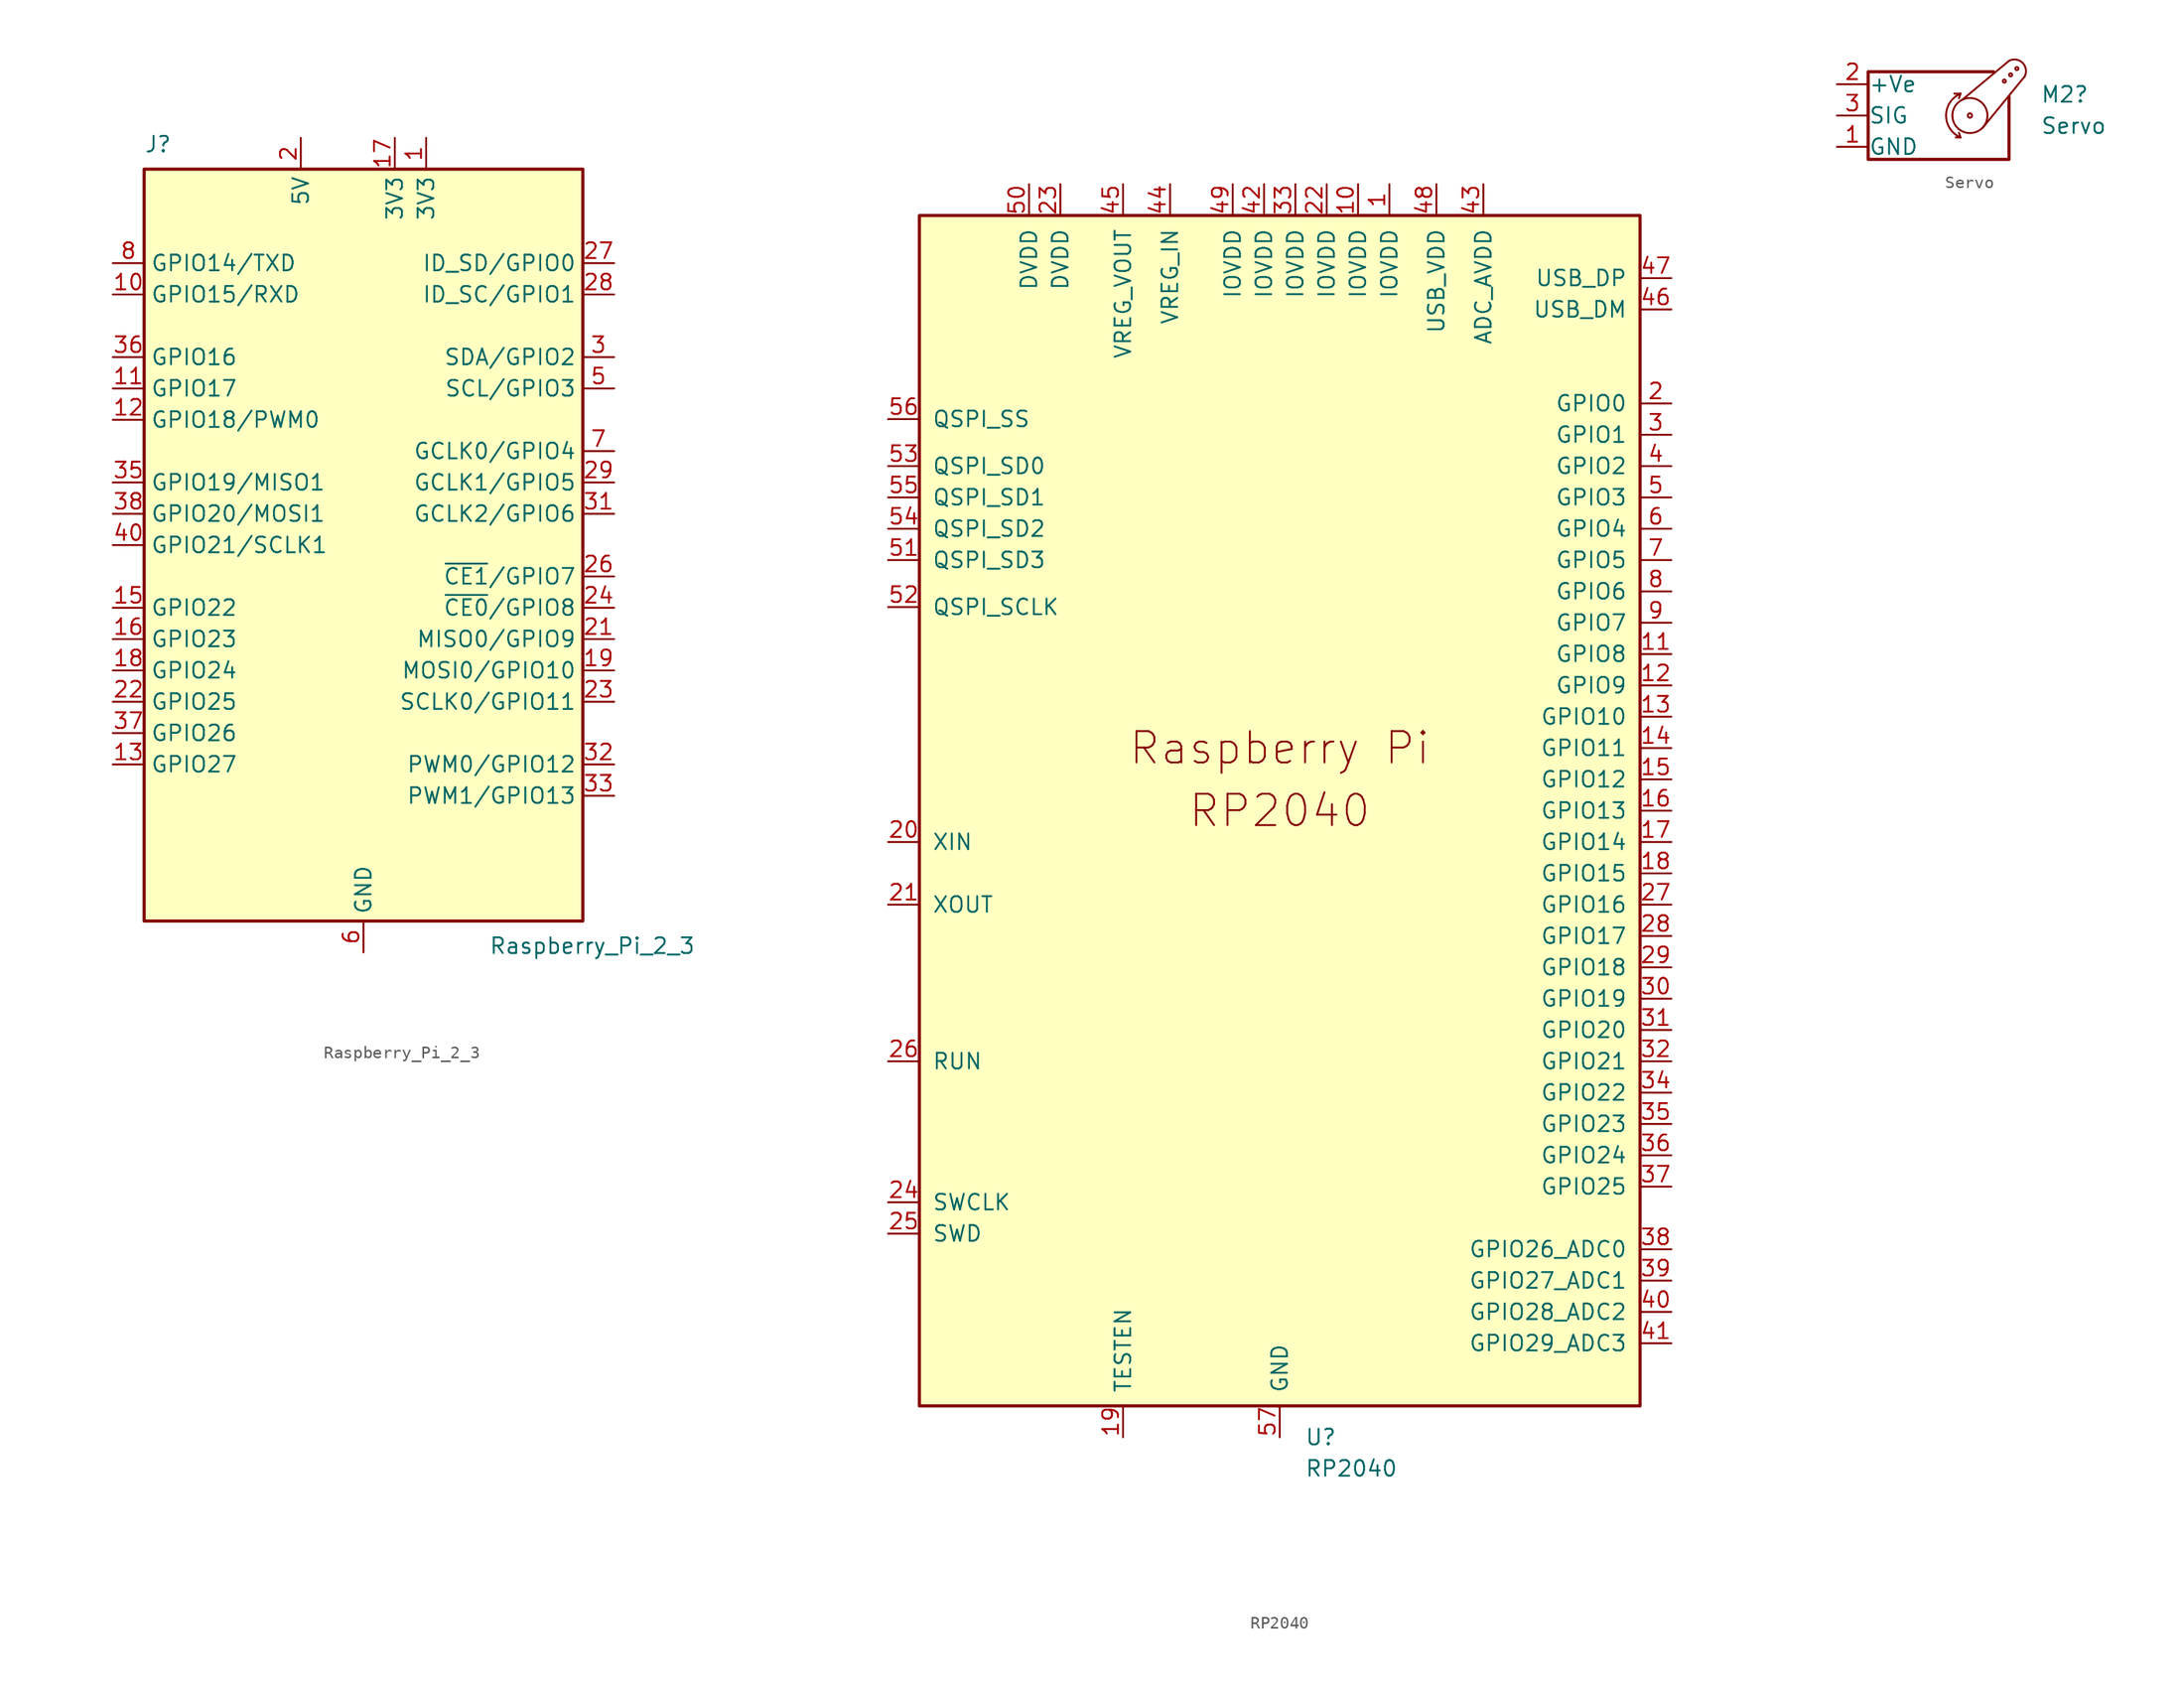
<source format=kicad_sym>
(kicad_symbol_lib
  (version 20231120)
  (generator "kicad_symbol_editor")
  (generator_version "8.0")
  (symbol "Raspberry_Pi_2_3"
    (property "Reference" "J"
      (at -17.78 31.75 0)
      (effects (font (size 1.27 1.27)) (justify left bottom)))
    (property "Value" "Raspberry_Pi_2_3"
      (at 10.16 -31.75 0)
      (effects (font (size 1.27 1.27)) (justify left top)))
    (symbol "Raspberry_Pi_2_3_0_1"
      (rectangle (start -17.78 30.48) (end 17.78 -30.48) (stroke (width 0.254) (type default)) (fill (type background))))
    (symbol "Raspberry_Pi_2_3_1_1"
      (pin power_in line (at 5.08 33.02 270) (length 2.54) (name "3V3" (effects (font (size 1.27 1.27)))) (number "1" (effects (font (size 1.27 1.27)))))
      (pin bidirectional line (at -20.32 20.32 0) (length 2.54) (name "GPIO15/RXD" (effects (font (size 1.27 1.27)))) (number "10" (effects (font (size 1.27 1.27)))))
      (pin bidirectional line (at -20.32 12.7 0) (length 2.54) (name "GPIO17" (effects (font (size 1.27 1.27)))) (number "11" (effects (font (size 1.27 1.27)))))
      (pin bidirectional line (at -20.32 10.16 0) (length 2.54) (name "GPIO18/PWM0" (effects (font (size 1.27 1.27)))) (number "12" (effects (font (size 1.27 1.27)))))
      (pin bidirectional line (at -20.32 -17.78 0) (length 2.54) (name "GPIO27" (effects (font (size 1.27 1.27)))) (number "13" (effects (font (size 1.27 1.27)))))
      (pin passive line (at 0 -33.02 90) (length 2.54) hide (name "GND" (effects (font (size 1.27 1.27)))) (number "14" (effects (font (size 1.27 1.27)))))
      (pin bidirectional line (at -20.32 -5.08 0) (length 2.54) (name "GPIO22" (effects (font (size 1.27 1.27)))) (number "15" (effects (font (size 1.27 1.27)))))
      (pin bidirectional line (at -20.32 -7.62 0) (length 2.54) (name "GPIO23" (effects (font (size 1.27 1.27)))) (number "16" (effects (font (size 1.27 1.27)))))
      (pin passive line (at 2.54 33.02 270) (length 2.54) (name "3V3" (effects (font (size 1.27 1.27)))) (number "17" (effects (font (size 1.27 1.27)))))
      (pin bidirectional line (at -20.32 -10.16 0) (length 2.54) (name "GPIO24" (effects (font (size 1.27 1.27)))) (number "18" (effects (font (size 1.27 1.27)))))
      (pin bidirectional line (at 20.32 -10.16 180) (length 2.54) (name "MOSI0/GPIO10" (effects (font (size 1.27 1.27)))) (number "19" (effects (font (size 1.27 1.27)))))
      (pin power_in line (at -5.08 33.02 270) (length 2.54) (name "5V" (effects (font (size 1.27 1.27)))) (number "2" (effects (font (size 1.27 1.27)))))
      (pin passive line (at 0 -33.02 90) (length 2.54) hide (name "GND" (effects (font (size 1.27 1.27)))) (number "20" (effects (font (size 1.27 1.27)))))
      (pin bidirectional line (at 20.32 -7.62 180) (length 2.54) (name "MISO0/GPIO9" (effects (font (size 1.27 1.27)))) (number "21" (effects (font (size 1.27 1.27)))))
      (pin bidirectional line (at -20.32 -12.7 0) (length 2.54) (name "GPIO25" (effects (font (size 1.27 1.27)))) (number "22" (effects (font (size 1.27 1.27)))))
      (pin bidirectional line (at 20.32 -12.7 180) (length 2.54) (name "SCLK0/GPIO11" (effects (font (size 1.27 1.27)))) (number "23" (effects (font (size 1.27 1.27)))))
      (pin bidirectional line (at 20.32 -5.08 180) (length 2.54) (name "~{CE0}/GPIO8" (effects (font (size 1.27 1.27)))) (number "24" (effects (font (size 1.27 1.27)))))
      (pin passive line (at 0 -33.02 90) (length 2.54) hide (name "GND" (effects (font (size 1.27 1.27)))) (number "25" (effects (font (size 1.27 1.27)))))
      (pin bidirectional line (at 20.32 -2.54 180) (length 2.54) (name "~{CE1}/GPIO7" (effects (font (size 1.27 1.27)))) (number "26" (effects (font (size 1.27 1.27)))))
      (pin bidirectional line (at 20.32 22.86 180) (length 2.54) (name "ID_SD/GPIO0" (effects (font (size 1.27 1.27)))) (number "27" (effects (font (size 1.27 1.27)))))
      (pin bidirectional line (at 20.32 20.32 180) (length 2.54) (name "ID_SC/GPIO1" (effects (font (size 1.27 1.27)))) (number "28" (effects (font (size 1.27 1.27)))))
      (pin bidirectional line (at 20.32 5.08 180) (length 2.54) (name "GCLK1/GPIO5" (effects (font (size 1.27 1.27)))) (number "29" (effects (font (size 1.27 1.27)))))
      (pin bidirectional line (at 20.32 15.24 180) (length 2.54) (name "SDA/GPIO2" (effects (font (size 1.27 1.27)))) (number "3" (effects (font (size 1.27 1.27)))))
      (pin passive line (at 0 -33.02 90) (length 2.54) hide (name "GND" (effects (font (size 1.27 1.27)))) (number "30" (effects (font (size 1.27 1.27)))))
      (pin bidirectional line (at 20.32 2.54 180) (length 2.54) (name "GCLK2/GPIO6" (effects (font (size 1.27 1.27)))) (number "31" (effects (font (size 1.27 1.27)))))
      (pin bidirectional line (at 20.32 -17.78 180) (length 2.54) (name "PWM0/GPIO12" (effects (font (size 1.27 1.27)))) (number "32" (effects (font (size 1.27 1.27)))))
      (pin bidirectional line (at 20.32 -20.32 180) (length 2.54) (name "PWM1/GPIO13" (effects (font (size 1.27 1.27)))) (number "33" (effects (font (size 1.27 1.27)))))
      (pin passive line (at 0 -33.02 90) (length 2.54) hide (name "GND" (effects (font (size 1.27 1.27)))) (number "34" (effects (font (size 1.27 1.27)))))
      (pin bidirectional line (at -20.32 5.08 0) (length 2.54) (name "GPIO19/MISO1" (effects (font (size 1.27 1.27)))) (number "35" (effects (font (size 1.27 1.27)))))
      (pin bidirectional line (at -20.32 15.24 0) (length 2.54) (name "GPIO16" (effects (font (size 1.27 1.27)))) (number "36" (effects (font (size 1.27 1.27)))))
      (pin bidirectional line (at -20.32 -15.24 0) (length 2.54) (name "GPIO26" (effects (font (size 1.27 1.27)))) (number "37" (effects (font (size 1.27 1.27)))))
      (pin bidirectional line (at -20.32 2.54 0) (length 2.54) (name "GPIO20/MOSI1" (effects (font (size 1.27 1.27)))) (number "38" (effects (font (size 1.27 1.27)))))
      (pin passive line (at 0 -33.02 90) (length 2.54) hide (name "GND" (effects (font (size 1.27 1.27)))) (number "39" (effects (font (size 1.27 1.27)))))
      (pin passive line (at -5.08 33.02 270) (length 2.54) hide (name "5V" (effects (font (size 1.27 1.27)))) (number "4" (effects (font (size 1.27 1.27)))))
      (pin bidirectional line (at -20.32 0 0) (length 2.54) (name "GPIO21/SCLK1" (effects (font (size 1.27 1.27)))) (number "40" (effects (font (size 1.27 1.27)))))
      (pin bidirectional line (at 20.32 12.7 180) (length 2.54) (name "SCL/GPIO3" (effects (font (size 1.27 1.27)))) (number "5" (effects (font (size 1.27 1.27)))))
      (pin power_in line (at 0 -33.02 90) (length 2.54) (name "GND" (effects (font (size 1.27 1.27)))) (number "6" (effects (font (size 1.27 1.27)))))
      (pin bidirectional line (at 20.32 7.62 180) (length 2.54) (name "GCLK0/GPIO4" (effects (font (size 1.27 1.27)))) (number "7" (effects (font (size 1.27 1.27)))))
      (pin bidirectional line (at -20.32 22.86 0) (length 2.54) (name "GPIO14/TXD" (effects (font (size 1.27 1.27)))) (number "8" (effects (font (size 1.27 1.27)))))
      (pin passive line (at 0 -33.02 90) (length 2.54) hide (name "GND" (effects (font (size 1.27 1.27)))) (number "9" (effects (font (size 1.27 1.27)))))))
  (symbol "RP2040"
    (pin_names
      (offset 1.016))
    (property "Reference" "U"
      (at 2.019 -50.8 0)
      (effects (font (size 1.27 1.27)) (justify left)))
    (property "Value" "RP2040"
      (at 2.019 -53.34 0)
      (effects (font (size 1.27 1.27)) (justify left)))
    (symbol "RP2040_0_0"
      (text "Raspberry Pi" (at 0 5.08 0) (effects (font (size 2.54 2.54))))
      (text "RP2040" (at 0 0 0) (effects (font (size 2.54 2.54)))))
    (symbol "RP2040_0_1"
      (rectangle (start 29.21 48.26) (end -29.21 -48.26) (stroke (width 0.254) (type default)) (fill (type background))))
    (symbol "RP2040_1_1"
      (pin power_in line (at 8.89 50.8 270) (length 2.54) (name "IOVDD" (effects (font (size 1.27 1.27)))) (number "1" (effects (font (size 1.27 1.27)))))
      (pin power_in line (at 6.35 50.8 270) (length 2.54) (name "IOVDD" (effects (font (size 1.27 1.27)))) (number "10" (effects (font (size 1.27 1.27)))))
      (pin bidirectional line (at 31.75 12.7 180) (length 2.54) (name "GPIO8" (effects (font (size 1.27 1.27)))) (number "11" (effects (font (size 1.27 1.27)))))
      (pin bidirectional line (at 31.75 10.16 180) (length 2.54) (name "GPIO9" (effects (font (size 1.27 1.27)))) (number "12" (effects (font (size 1.27 1.27)))))
      (pin bidirectional line (at 31.75 7.62 180) (length 2.54) (name "GPIO10" (effects (font (size 1.27 1.27)))) (number "13" (effects (font (size 1.27 1.27)))))
      (pin bidirectional line (at 31.75 5.08 180) (length 2.54) (name "GPIO11" (effects (font (size 1.27 1.27)))) (number "14" (effects (font (size 1.27 1.27)))))
      (pin bidirectional line (at 31.75 2.54 180) (length 2.54) (name "GPIO12" (effects (font (size 1.27 1.27)))) (number "15" (effects (font (size 1.27 1.27)))))
      (pin bidirectional line (at 31.75 0 180) (length 2.54) (name "GPIO13" (effects (font (size 1.27 1.27)))) (number "16" (effects (font (size 1.27 1.27)))))
      (pin bidirectional line (at 31.75 -2.54 180) (length 2.54) (name "GPIO14" (effects (font (size 1.27 1.27)))) (number "17" (effects (font (size 1.27 1.27)))))
      (pin bidirectional line (at 31.75 -5.08 180) (length 2.54) (name "GPIO15" (effects (font (size 1.27 1.27)))) (number "18" (effects (font (size 1.27 1.27)))))
      (pin passive line (at -12.7 -50.8 90) (length 2.54) (name "TESTEN" (effects (font (size 1.27 1.27)))) (number "19" (effects (font (size 1.27 1.27)))))
      (pin bidirectional line (at 31.75 33.02 180) (length 2.54) (name "GPIO0" (effects (font (size 1.27 1.27)))) (number "2" (effects (font (size 1.27 1.27)))))
      (pin input line (at -31.75 -2.54 0) (length 2.54) (name "XIN" (effects (font (size 1.27 1.27)))) (number "20" (effects (font (size 1.27 1.27)))))
      (pin passive line (at -31.75 -7.62 0) (length 2.54) (name "XOUT" (effects (font (size 1.27 1.27)))) (number "21" (effects (font (size 1.27 1.27)))))
      (pin power_in line (at 3.81 50.8 270) (length 2.54) (name "IOVDD" (effects (font (size 1.27 1.27)))) (number "22" (effects (font (size 1.27 1.27)))))
      (pin power_in line (at -17.78 50.8 270) (length 2.54) (name "DVDD" (effects (font (size 1.27 1.27)))) (number "23" (effects (font (size 1.27 1.27)))))
      (pin output line (at -31.75 -31.75 0) (length 2.54) (name "SWCLK" (effects (font (size 1.27 1.27)))) (number "24" (effects (font (size 1.27 1.27)))))
      (pin bidirectional line (at -31.75 -34.29 0) (length 2.54) (name "SWD" (effects (font (size 1.27 1.27)))) (number "25" (effects (font (size 1.27 1.27)))))
      (pin input line (at -31.75 -20.32 0) (length 2.54) (name "RUN" (effects (font (size 1.27 1.27)))) (number "26" (effects (font (size 1.27 1.27)))))
      (pin bidirectional line (at 31.75 -7.62 180) (length 2.54) (name "GPIO16" (effects (font (size 1.27 1.27)))) (number "27" (effects (font (size 1.27 1.27)))))
      (pin bidirectional line (at 31.75 -10.16 180) (length 2.54) (name "GPIO17" (effects (font (size 1.27 1.27)))) (number "28" (effects (font (size 1.27 1.27)))))
      (pin bidirectional line (at 31.75 -12.7 180) (length 2.54) (name "GPIO18" (effects (font (size 1.27 1.27)))) (number "29" (effects (font (size 1.27 1.27)))))
      (pin bidirectional line (at 31.75 30.48 180) (length 2.54) (name "GPIO1" (effects (font (size 1.27 1.27)))) (number "3" (effects (font (size 1.27 1.27)))))
      (pin bidirectional line (at 31.75 -15.24 180) (length 2.54) (name "GPIO19" (effects (font (size 1.27 1.27)))) (number "30" (effects (font (size 1.27 1.27)))))
      (pin bidirectional line (at 31.75 -17.78 180) (length 2.54) (name "GPIO20" (effects (font (size 1.27 1.27)))) (number "31" (effects (font (size 1.27 1.27)))))
      (pin bidirectional line (at 31.75 -20.32 180) (length 2.54) (name "GPIO21" (effects (font (size 1.27 1.27)))) (number "32" (effects (font (size 1.27 1.27)))))
      (pin power_in line (at 1.27 50.8 270) (length 2.54) (name "IOVDD" (effects (font (size 1.27 1.27)))) (number "33" (effects (font (size 1.27 1.27)))))
      (pin bidirectional line (at 31.75 -22.86 180) (length 2.54) (name "GPIO22" (effects (font (size 1.27 1.27)))) (number "34" (effects (font (size 1.27 1.27)))))
      (pin bidirectional line (at 31.75 -25.4 180) (length 2.54) (name "GPIO23" (effects (font (size 1.27 1.27)))) (number "35" (effects (font (size 1.27 1.27)))))
      (pin bidirectional line (at 31.75 -27.94 180) (length 2.54) (name "GPIO24" (effects (font (size 1.27 1.27)))) (number "36" (effects (font (size 1.27 1.27)))))
      (pin bidirectional line (at 31.75 -30.48 180) (length 2.54) (name "GPIO25" (effects (font (size 1.27 1.27)))) (number "37" (effects (font (size 1.27 1.27)))))
      (pin bidirectional line (at 31.75 -35.56 180) (length 2.54) (name "GPIO26_ADC0" (effects (font (size 1.27 1.27)))) (number "38" (effects (font (size 1.27 1.27)))))
      (pin bidirectional line (at 31.75 -38.1 180) (length 2.54) (name "GPIO27_ADC1" (effects (font (size 1.27 1.27)))) (number "39" (effects (font (size 1.27 1.27)))))
      (pin bidirectional line (at 31.75 27.94 180) (length 2.54) (name "GPIO2" (effects (font (size 1.27 1.27)))) (number "4" (effects (font (size 1.27 1.27)))))
      (pin bidirectional line (at 31.75 -40.64 180) (length 2.54) (name "GPIO28_ADC2" (effects (font (size 1.27 1.27)))) (number "40" (effects (font (size 1.27 1.27)))))
      (pin bidirectional line (at 31.75 -43.18 180) (length 2.54) (name "GPIO29_ADC3" (effects (font (size 1.27 1.27)))) (number "41" (effects (font (size 1.27 1.27)))))
      (pin power_in line (at -1.27 50.8 270) (length 2.54) (name "IOVDD" (effects (font (size 1.27 1.27)))) (number "42" (effects (font (size 1.27 1.27)))))
      (pin power_in line (at 16.51 50.8 270) (length 2.54) (name "ADC_AVDD" (effects (font (size 1.27 1.27)))) (number "43" (effects (font (size 1.27 1.27)))))
      (pin power_in line (at -8.89 50.8 270) (length 2.54) (name "VREG_IN" (effects (font (size 1.27 1.27)))) (number "44" (effects (font (size 1.27 1.27)))))
      (pin power_out line (at -12.7 50.8 270) (length 2.54) (name "VREG_VOUT" (effects (font (size 1.27 1.27)))) (number "45" (effects (font (size 1.27 1.27)))))
      (pin bidirectional line (at 31.75 40.64 180) (length 2.54) (name "USB_DM" (effects (font (size 1.27 1.27)))) (number "46" (effects (font (size 1.27 1.27)))))
      (pin bidirectional line (at 31.75 43.18 180) (length 2.54) (name "USB_DP" (effects (font (size 1.27 1.27)))) (number "47" (effects (font (size 1.27 1.27)))))
      (pin power_in line (at 12.7 50.8 270) (length 2.54) (name "USB_VDD" (effects (font (size 1.27 1.27)))) (number "48" (effects (font (size 1.27 1.27)))))
      (pin power_in line (at -3.81 50.8 270) (length 2.54) (name "IOVDD" (effects (font (size 1.27 1.27)))) (number "49" (effects (font (size 1.27 1.27)))))
      (pin bidirectional line (at 31.75 25.4 180) (length 2.54) (name "GPIO3" (effects (font (size 1.27 1.27)))) (number "5" (effects (font (size 1.27 1.27)))))
      (pin power_in line (at -20.32 50.8 270) (length 2.54) (name "DVDD" (effects (font (size 1.27 1.27)))) (number "50" (effects (font (size 1.27 1.27)))))
      (pin bidirectional line (at -31.75 20.32 0) (length 2.54) (name "QSPI_SD3" (effects (font (size 1.27 1.27)))) (number "51" (effects (font (size 1.27 1.27)))))
      (pin output line (at -31.75 16.51 0) (length 2.54) (name "QSPI_SCLK" (effects (font (size 1.27 1.27)))) (number "52" (effects (font (size 1.27 1.27)))))
      (pin bidirectional line (at -31.75 27.94 0) (length 2.54) (name "QSPI_SD0" (effects (font (size 1.27 1.27)))) (number "53" (effects (font (size 1.27 1.27)))))
      (pin bidirectional line (at -31.75 22.86 0) (length 2.54) (name "QSPI_SD2" (effects (font (size 1.27 1.27)))) (number "54" (effects (font (size 1.27 1.27)))))
      (pin bidirectional line (at -31.75 25.4 0) (length 2.54) (name "QSPI_SD1" (effects (font (size 1.27 1.27)))) (number "55" (effects (font (size 1.27 1.27)))))
      (pin bidirectional line (at -31.75 31.75 0) (length 2.54) (name "QSPI_SS" (effects (font (size 1.27 1.27)))) (number "56" (effects (font (size 1.27 1.27)))))
      (pin power_in line (at 0 -50.8 90) (length 2.54) (name "GND" (effects (font (size 1.27 1.27)))) (number "57" (effects (font (size 1.27 1.27)))))
      (pin bidirectional line (at 31.75 22.86 180) (length 2.54) (name "GPIO4" (effects (font (size 1.27 1.27)))) (number "6" (effects (font (size 1.27 1.27)))))
      (pin bidirectional line (at 31.75 20.32 180) (length 2.54) (name "GPIO5" (effects (font (size 1.27 1.27)))) (number "7" (effects (font (size 1.27 1.27)))))
      (pin bidirectional line (at 31.75 17.78 180) (length 2.54) (name "GPIO6" (effects (font (size 1.27 1.27)))) (number "8" (effects (font (size 1.27 1.27)))))
      (pin bidirectional line (at 31.75 15.24 180) (length 2.54) (name "GPIO7" (effects (font (size 1.27 1.27)))) (number "9" (effects (font (size 1.27 1.27)))))))
  (symbol "Servo"
    (pin_names
      (offset 0.025))
    (property "Reference" "M2"
      (at 8.89 1.704 0)
      (effects (font (size 1.27 1.27)) (justify left)))
    (property "Value" "Servo"
      (at 8.89 -0.837 0)
      (effects (font (size 1.27 1.27)) (justify left)))
    (symbol "Servo_0_1"
      (polyline (pts (xy 2.413 -1.778) (xy 2.032 -1.778)) (stroke (width 0) (type default)) (fill (type none)))
      (polyline (pts (xy 2.413 -1.778) (xy 2.286 -1.397)) (stroke (width 0) (type default)) (fill (type none)))
      (polyline (pts (xy 2.413 1.778) (xy 1.905 1.778)) (stroke (width 0) (type default)) (fill (type none)))
      (polyline (pts (xy 2.413 1.778) (xy 2.286 1.397)) (stroke (width 0) (type default)) (fill (type none)))
      (polyline (pts (xy 6.35 4.445) (xy 2.54 1.27)) (stroke (width 0) (type default)) (fill (type none)))
      (polyline (pts (xy 7.62 3.175) (xy 4.191 -1.016)) (stroke (width 0) (type default)) (fill (type none)))
      (polyline (pts (xy 5.08 3.556) (xy -5.08 3.556) (xy -5.08 -3.556) (xy 6.35 -3.556) (xy 6.35 1.524)) (stroke (width 0.254) (type default)) (fill (type none)))
      (arc (start 2.413 1.778) (mid 1.2406 0) (end 2.413 -1.778) (stroke (width 0) (type default)) (fill (type none)))
      (circle (center 3.175 0) (radius 0.178) (stroke (width 0) (type default)) (fill (type none)))
      (circle (center 3.175 0) (radius 1.422) (stroke (width 0) (type default)) (fill (type none)))
      (circle (center 5.969 2.794) (radius 0.127) (stroke (width 0) (type default)) (fill (type none)))
      (circle (center 6.477 3.302) (radius 0.127) (stroke (width 0) (type default)) (fill (type none)))
      (circle (center 6.985 3.81) (radius 0.127) (stroke (width 0) (type default)) (fill (type none)))
      (arc (start 7.62 3.175) (mid 7.4485 4.2735) (end 6.35 4.445) (stroke (width 0) (type default)) (fill (type none))))
    (symbol "Servo_1_1"
      (pin passive line (at -7.62 -2.54 0) (length 2.54) (name "GND" (effects (font (size 1.27 1.27)))) (number "1" (effects (font (size 1.27 1.27)))))
      (pin passive line (at -7.62 2.54 0) (length 2.54) (name "+Ve" (effects (font (size 1.27 1.27)))) (number "2" (effects (font (size 1.27 1.27)))))
      (pin passive line (at -7.62 0 0) (length 2.54) (name "SIG" (effects (font (size 1.27 1.27)))) (number "3" (effects (font (size 1.27 1.27))))))))
</source>
